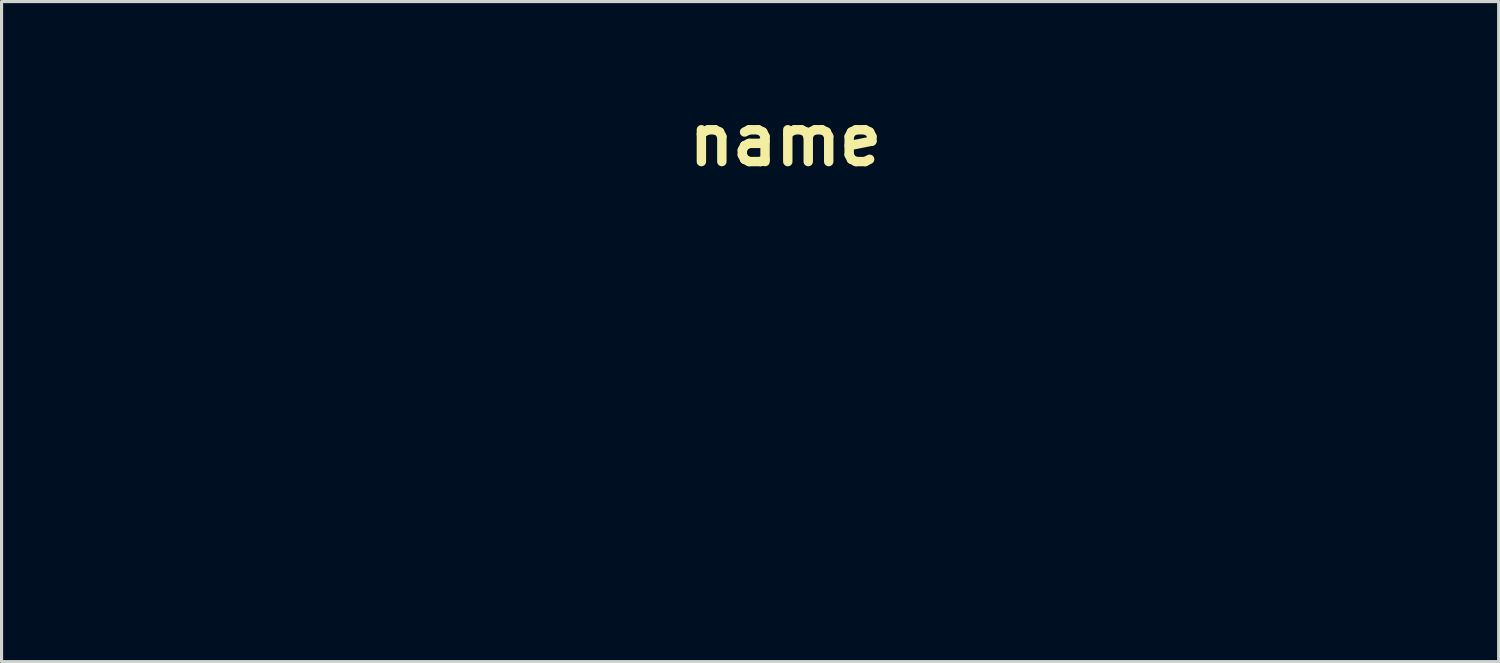
<source format=kicad_pcb>
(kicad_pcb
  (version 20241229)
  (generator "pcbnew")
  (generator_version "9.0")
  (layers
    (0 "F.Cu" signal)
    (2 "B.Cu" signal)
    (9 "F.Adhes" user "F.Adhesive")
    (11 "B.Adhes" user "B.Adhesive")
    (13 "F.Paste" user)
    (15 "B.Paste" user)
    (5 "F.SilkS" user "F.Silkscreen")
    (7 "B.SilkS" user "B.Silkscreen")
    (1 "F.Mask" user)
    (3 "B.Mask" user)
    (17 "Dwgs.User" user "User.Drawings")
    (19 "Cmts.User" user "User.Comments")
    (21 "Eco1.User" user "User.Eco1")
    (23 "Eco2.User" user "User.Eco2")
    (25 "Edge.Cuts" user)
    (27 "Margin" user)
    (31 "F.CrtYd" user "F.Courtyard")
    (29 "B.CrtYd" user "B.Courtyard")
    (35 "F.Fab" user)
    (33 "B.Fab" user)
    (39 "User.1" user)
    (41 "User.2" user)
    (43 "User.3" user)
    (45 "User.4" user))
  (footprint "name"
    (layer "F.Cu")
    (at 22.15 10.435)
    (property "Reference" "name" (at -0.127 -9.017 0) (layer "F.SilkS") (effects (font (size 1.524 1.524) (thickness 0.3))))
    (attr board_only exclude_from_pos_files exclude_from_bom)
    (fp_poly (pts (xy 14.877 -5.207) (xy 15.383 -4.904) (xy 15.462 -4.848) (xy 15.941 -4.429) (xy 16.093 -4.07) (xy 16.091 -4.035) (xy 15.955 -3.71) (xy 15.692 -3.68) (xy 15.332 -3.935) (xy 14.968 -4.376) (xy 14.666 -4.818) (xy 14.465 -5.137) (xy 14.416 -5.239) (xy 14.539 -5.325)) (stroke (width 0) (type solid)) (fill yes) (layer "F.Mask"))
    (fp_poly (pts (xy 16.348 -2.14) (xy 16.783 -1.901) (xy 17.328 -1.569) (xy 17.9 -1.198) (xy 18.418 -0.84) (xy 18.797 -0.549) (xy 18.953 -0.386) (xy 18.976 -0.086) (xy 18.883 0.21) (xy 18.731 0.332) (xy 18.563 0.221) (xy 18.198 -0.067) (xy 17.697 -0.484) (xy 17.334 -0.796) (xy 16.651 -1.4) (xy 16.216 -1.819) (xy 16.006 -2.079) (xy 15.998 -2.207) (xy 16.105 -2.231)) (stroke (width 0) (type solid)) (fill yes) (layer "F.Mask"))
    (fp_poly (pts (xy 14.802 -2.001) (xy 14.841 -1.901) (xy 14.826 -1.642) (xy 14.606 -1.3) (xy 14.145 -0.823) (xy 14.075 -0.757) (xy 13.21 0.016) (xy 12.54 0.532) (xy 12.047 0.805) (xy 11.802 0.858) (xy 11.732 0.773) (xy 11.912 0.509) (xy 12.351 0.054) (xy 12.619 -0.202) (xy 13.162 -0.737) (xy 13.628 -1.247) (xy 13.942 -1.646) (xy 14.003 -1.746) (xy 14.29 -2.123) (xy 14.577 -2.212)) (stroke (width 0) (type solid)) (fill yes) (layer "F.Mask"))
    (fp_poly (pts (xy 12.547 -3.802) (xy 12.669 -3.475) (xy 12.835 -3.156) (xy 13.092 -3.089) (xy 13.624 -3.106) (xy 14.338 -3.15) (xy 15.162 -3.216) (xy 16.024 -3.296) (xy 16.852 -3.382) (xy 17.574 -3.468) (xy 18.118 -3.546) (xy 18.412 -3.609) (xy 18.441 -3.623) (xy 18.789 -3.76) (xy 19.224 -3.739) (xy 19.497 -3.603) (xy 19.491 -3.376) (xy 19.21 -2.955) (xy 18.878 -2.573) (xy 18.37 -2.064) (xy 18.006 -1.779) (xy 17.807 -1.725) (xy 17.797 -1.913) (xy 17.93 -2.223) (xy 18.11 -2.603) (xy 18.191 -2.84) (xy 18.192 -2.848) (xy 18.03 -2.885) (xy 17.582 -2.892) (xy 16.902 -2.872) (xy 16.045 -2.826) (xy 15.066 -2.759) (xy 14.02 -2.671) (xy 13.622 -2.633) (xy 13.042 -2.568) (xy 12.709 -2.477) (xy 12.529 -2.301) (xy 12.406 -1.982) (xy 12.371 -1.866) (xy 12.158 -1.411) (xy 11.904 -1.207) (xy 11.665 -1.285) (xy 11.556 -1.47) (xy 11.554 -1.815) (xy 11.674 -2.152) (xy 11.852 -2.606) (xy 11.991 -3.161) (xy 12 -3.213) (xy 12.142 -3.651) (xy 12.348 -3.857)) (stroke (width 0) (type solid)) (fill yes) (layer "F.Mask"))
    (fp_poly (pts (xy 17.678 0.275) (xy 17.93 0.404) (xy 18.067 0.531) (xy 18.026 0.617) (xy 17.755 0.684) (xy 17.205 0.75) (xy 17.024 0.769) (xy 15.789 0.893) (xy 15.789 3.473) (xy 17.558 3.353) (xy 18.379 3.305) (xy 18.927 3.297) (xy 19.268 3.335) (xy 19.47 3.424) (xy 19.553 3.504) (xy 19.638 3.647) (xy 19.557 3.729) (xy 19.253 3.766) (xy 18.668 3.776) (xy 18.599 3.776) (xy 17.986 3.789) (xy 17.164 3.825) (xy 16.213 3.878) (xy 15.214 3.943) (xy 14.247 4.013) (xy 13.391 4.085) (xy 12.725 4.151) (xy 12.357 4.202) (xy 11.902 4.176) (xy 11.615 4.045) (xy 11.515 3.939) (xy 11.568 3.861) (xy 11.821 3.8) (xy 12.32 3.746) (xy 13.112 3.689) (xy 13.203 3.683) (xy 15.103 3.56) (xy 15.103 0.996) (xy 14.116 1.103) (xy 13.524 1.135) (xy 13.059 1.101) (xy 12.876 1.043) (xy 12.755 0.943) (xy 12.763 0.862) (xy 12.941 0.792) (xy 13.33 0.724) (xy 13.971 0.648) (xy 14.904 0.554) (xy 15.135 0.532) (xy 15.946 0.449) (xy 16.641 0.368) (xy 17.144 0.298) (xy 17.371 0.252)) (stroke (width 0) (type solid)) (fill yes) (layer "F.Mask"))
    (fp_poly (pts (xy 2.557 -4.838) (xy 2.645 -4.696) (xy 2.731 -4.573) (xy 2.914 -4.502) (xy 3.257 -4.476) (xy 3.822 -4.492) (xy 4.593 -4.539) (xy 5.355 -4.605) (xy 5.984 -4.687) (xy 6.405 -4.773) (xy 6.541 -4.837) (xy 6.777 -4.952) (xy 6.971 -4.944) (xy 7.122 -4.905) (xy 7.211 -4.819) (xy 7.241 -4.624) (xy 7.213 -4.257) (xy 7.13 -3.655) (xy 7.047 -3.097) (xy 6.969 -2.353) (xy 6.999 -1.895) (xy 7.048 -1.788) (xy 7.046 -1.672) (xy 6.795 -1.579) (xy 6.257 -1.499) (xy 5.917 -1.464) (xy 5.252 -1.389) (xy 4.882 -1.31) (xy 4.761 -1.211) (xy 4.798 -1.125) (xy 4.894 -0.807) (xy 4.865 -0.343) (xy 4.865 -0.342) (xy 4.752 0.224) (xy 6.041 0.107) (xy 6.738 0.058) (xy 7.176 0.071) (xy 7.434 0.152) (xy 7.547 0.253) (xy 7.643 0.42) (xy 7.518 0.496) (xy 7.113 0.515) (xy 7.081 0.515) (xy 6.459 0.54) (xy 5.765 0.603) (xy 5.602 0.624) (xy 5.118 0.707) (xy 4.885 0.831) (xy 4.811 1.07) (xy 4.805 1.282) (xy 4.805 1.831) (xy 5.87 1.685) (xy 6.5 1.618) (xy 6.89 1.636) (xy 7.134 1.746) (xy 7.194 1.8) (xy 7.334 1.979) (xy 7.222 2.049) (xy 6.926 2.059) (xy 6.419 2.084) (xy 5.794 2.144) (xy 5.602 2.169) (xy 4.805 2.278) (xy 4.805 3.655) (xy 6.565 3.547) (xy 7.444 3.507) (xy 8.043 3.515) (xy 8.424 3.574) (xy 8.625 3.67) (xy 8.684 3.75) (xy 8.607 3.814) (xy 8.354 3.866) (xy 7.89 3.91) (xy 7.179 3.95) (xy 6.182 3.991) (xy 5.45 4.016) (xy 4.343 4.056) (xy 3.312 4.098) (xy 2.419 4.14) (xy 1.732 4.178) (xy 1.315 4.21) (xy 1.287 4.213) (xy 0.716 4.213) (xy 0.278 4.09) (xy 0.257 4.078) (xy 0.157 3.985) (xy 0.227 3.915) (xy 0.509 3.863) (xy 1.045 3.82) (xy 1.879 3.78) (xy 1.974 3.776) (xy 4.033 3.69) (xy 4.086 3.055) (xy 4.139 2.42) (xy 3.155 2.369) (xy 2.489 2.293) (xy 2.13 2.175) (xy 2.086 2.047) (xy 2.359 1.94) (xy 2.958 1.889) (xy 3.075 1.888) (xy 4.119 1.888) (xy 4.119 1.33) (xy 4.12 0.772) (xy 3.112 0.829) (xy 2.528 0.879) (xy 2.159 0.987) (xy 1.878 1.215) (xy 1.61 1.555) (xy 1.258 1.95) (xy 0.927 2.192) (xy 0.805 2.227) (xy 0.598 2.154) (xy 0.605 2.053) (xy 0.753 1.822) (xy 1.026 1.404) (xy 1.294 0.996) (xy 1.62 0.448) (xy 2.42 0.448) (xy 2.441 0.524) (xy 2.632 0.464) (xy 3.021 0.379) (xy 3.524 0.343) (xy 3.532 0.343) (xy 4.119 0.343) (xy 4.119 -1.416) (xy 3.578 -1.308) (xy 2.982 -1.118) (xy 2.698 -0.855) (xy 2.731 -0.549) (xy 2.754 -0.16) (xy 2.6 0.153) (xy 2.42 0.448) (xy 1.62 0.448) (xy 1.627 0.436) (xy 1.883 -0.089) (xy 1.98 -0.371) (xy 2.11 -0.719) (xy 2.266 -0.858) (xy 2.351 -0.951) (xy 2.28 -1.073) (xy 2.209 -1.325) (xy 2.166 -1.675) (xy 2.746 -1.675) (xy 4.419 -1.799) (xy 5.133 -1.854) (xy 5.701 -1.902) (xy 6.049 -1.937) (xy 6.122 -1.949) (xy 6.179 -2.114) (xy 6.273 -2.462) (xy 6.395 -2.95) (xy 5.214 -2.839) (xy 4.25 -2.746) (xy 3.577 -2.666) (xy 3.141 -2.585) (xy 2.892 -2.486) (xy 2.778 -2.355) (xy 2.747 -2.177) (xy 2.746 -2.11) (xy 2.746 -1.675) (xy 2.166 -1.675) (xy 2.146 -1.839) (xy 2.099 -2.534) (xy 2.079 -3.132) (xy 2.076 -3.51) (xy 2.746 -3.51) (xy 2.757 -3.327) (xy 2.83 -3.21) (xy 3.026 -3.147) (xy 3.407 -3.123) (xy 4.034 -3.127) (xy 4.547 -3.137) (xy 6.348 -3.175) (xy 6.349 -3.716) (xy 6.327 -4.068) (xy 6.191 -4.206) (xy 5.841 -4.205) (xy 5.706 -4.192) (xy 5.188 -4.142) (xy 4.495 -4.077) (xy 3.904 -4.023) (xy 3.289 -3.959) (xy 2.942 -3.882) (xy 2.786 -3.76) (xy 2.746 -3.557) (xy 2.746 -3.51) (xy 2.076 -3.51) (xy 2.071 -3.969) (xy 2.089 -4.518) (xy 2.14 -4.831) (xy 2.228 -4.962) (xy 2.291 -4.977)) (stroke (width 0) (type solid)) (fill yes) (layer "F.Mask"))
    (fp_poly (pts (xy -18.497 -5.146) (xy -18.091 -5.089) (xy -17.821 -4.872) (xy -17.614 -4.421) (xy -17.533 -4.162) (xy -17.388 -3.722) (xy -17.268 -3.463) (xy -17.236 -3.432) (xy -17.041 -3.483) (xy -16.618 -3.615) (xy -16.122 -3.779) (xy -15.469 -3.971) (xy -15.037 -4.02) (xy -14.755 -3.945) (xy -14.488 -3.778) (xy -14.416 -3.701) (xy -14.568 -3.631) (xy -14.958 -3.516) (xy -15.317 -3.425) (xy -16.084 -3.237) (xy -16.566 -3.088) (xy -16.815 -2.945) (xy -16.881 -2.777) (xy -16.815 -2.551) (xy -16.79 -2.493) (xy -16.597 -2.168) (xy -16.382 -2.095) (xy -16.075 -2.282) (xy -15.753 -2.584) (xy -15.381 -2.887) (xy -15.071 -3.024) (xy -14.994 -3.018) (xy -14.79 -2.794) (xy -14.79 -2.468) (xy -14.981 -2.2) (xy -15.08 -2.152) (xy -15.451 -1.945) (xy -15.686 -1.735) (xy -15.867 -1.49) (xy -15.794 -1.317) (xy -15.58 -1.164) (xy -15.125 -0.916) (xy -14.802 -0.785) (xy -14.557 -0.739) (xy -14.446 -0.859) (xy -14.417 -1.224) (xy -14.416 -1.361) (xy -14.368 -1.873) (xy -14.24 -2.072) (xy -14.061 -1.97) (xy -13.857 -1.582) (xy -13.679 -1.008) (xy -13.414 0.043) (xy -14.171 -0.061) (xy -14.777 -0.205) (xy -15.468 -0.454) (xy -15.798 -0.605) (xy -16.667 -1.045) (xy -17.73 -0.625) (xy -18.332 -0.398) (xy -18.846 -0.222) (xy -19.134 -0.143) (xy -19.441 0.038) (xy -19.533 0.216) (xy -19.49 0.393) (xy -19.258 0.491) (xy -18.803 0.511) (xy -18.092 0.453) (xy -17.093 0.318) (xy -16.603 0.242) (xy -15.816 0.122) (xy -15.295 0.062) (xy -14.968 0.063) (xy -14.765 0.124) (xy -14.615 0.242) (xy -14.467 0.424) (xy -14.557 0.504) (xy -14.936 0.527) (xy -14.937 0.527) (xy -15.303 0.562) (xy -15.685 0.638) (xy -15.994 0.727) (xy -16.14 0.806) (xy -16.047 0.846) (xy -15.964 1.013) (xy -15.905 1.462) (xy -15.877 2.129) (xy -15.875 2.36) (xy -15.875 3.861) (xy -15.219 3.915) (xy -14.601 3.883) (xy -14.235 3.636) (xy -14.083 3.139) (xy -14.073 2.897) (xy -14.007 2.405) (xy -13.851 2.223) (xy -13.666 2.354) (xy -13.513 2.799) (xy -13.5 2.875) (xy -13.395 3.507) (xy -13.365 3.901) (xy -13.467 4.116) (xy -13.758 4.209) (xy -14.293 4.24) (xy -14.842 4.255) (xy -15.696 4.266) (xy -16.26 4.201) (xy -16.587 4.017) (xy -16.729 3.668) (xy -16.738 3.11) (xy -16.702 2.657) (xy -16.658 1.77) (xy -16.716 1.152) (xy -16.869 0.826) (xy -17.077 0.796) (xy -17.254 0.952) (xy -17.245 1.035) (xy -17.27 1.264) (xy -17.442 1.682) (xy -17.709 2.198) (xy -18.025 2.719) (xy -18.338 3.151) (xy -18.414 3.239) (xy -18.896 3.677) (xy -19.489 4.094) (xy -20.088 4.428) (xy -20.586 4.615) (xy -20.738 4.634) (xy -20.92 4.606) (xy -20.886 4.499) (xy -20.608 4.278) (xy -20.224 4.019) (xy -19.493 3.429) (xy -18.839 2.703) (xy -18.341 1.944) (xy -18.097 1.331) (xy -18.045 1.008) (xy -18.167 0.914) (xy -18.496 0.962) (xy -18.912 0.98) (xy -19.125 0.875) (xy -19.323 0.687) (xy -19.473 0.832) (xy -19.571 1.306) (xy -19.599 1.672) (xy -19.653 2.259) (xy -19.753 2.58) (xy -19.924 2.708) (xy -19.951 2.714) (xy -20.197 2.651) (xy -20.251 2.415) (xy -20.284 2.153) (xy -20.443 2.076) (xy -20.822 2.148) (xy -20.895 2.168) (xy -21.21 2.379) (xy -21.281 2.594) (xy -21.385 2.862) (xy -21.517 2.918) (xy -21.739 2.88) (xy -21.904 2.741) (xy -22.02 2.457) (xy -22.095 1.987) (xy -22.136 1.29) (xy -22.136 1.261) (xy -21.433 1.261) (xy -21.37 1.595) (xy -21.182 1.707) (xy -20.82 1.655) (xy -20.637 1.608) (xy -20.42 1.513) (xy -20.304 1.318) (xy -20.258 0.935) (xy -20.251 0.484) (xy -20.251 -0.537) (xy -20.809 -0.483) (xy -21.114 -0.44) (xy -21.285 -0.332) (xy -21.368 -0.074) (xy -21.407 0.415) (xy -21.418 0.644) (xy -21.433 1.261) (xy -22.136 1.261) (xy -22.15 0.324) (xy -22.147 -0.628) (xy -22.135 -1.616) (xy -22.13 -1.809) (xy -21.453 -1.809) (xy -21.435 -1.344) (xy -21.391 -1.047) (xy -21.372 -1.006) (xy -21.165 -0.971) (xy -20.76 -0.988) (xy -20.686 -0.997) (xy -20.324 -1.055) (xy -20.146 -1.185) (xy -20.086 -1.482) (xy -20.084 -1.63) (xy -19.393 -1.63) (xy -19.37 -1.062) (xy -19.308 -0.661) (xy -19.225 -0.515) (xy -18.992 -0.586) (xy -18.556 -0.77) (xy -18.11 -0.98) (xy -17.613 -1.245) (xy -17.269 -1.468) (xy -17.162 -1.586) (xy -17.246 -1.819) (xy -17.447 -2.183) (xy -17.453 -2.194) (xy -17.663 -2.53) (xy -17.773 -2.707) (xy -17.775 -2.709) (xy -17.932 -2.683) (xy -18.26 -2.551) (xy -18.648 -2.431) (xy -18.897 -2.526) (xy -18.917 -2.545) (xy -19.15 -2.718) (xy -19.296 -2.652) (xy -19.371 -2.312) (xy -19.393 -1.666) (xy -19.393 -1.63) (xy -20.084 -1.63) (xy -20.08 -1.907) (xy -20.095 -2.427) (xy -20.193 -2.674) (xy -20.454 -2.718) (xy -20.916 -2.639) (xy -21.256 -2.54) (xy -21.41 -2.354) (xy -21.452 -1.967) (xy -21.453 -1.809) (xy -22.13 -1.809) (xy -22.114 -2.481) (xy -22.088 -3.166) (xy -22.057 -3.614) (xy -22.028 -3.768) (xy -21.875 -3.714) (xy -21.67 -3.475) (xy -21.332 -3.167) (xy -20.872 -3.118) (xy -20.238 -3.325) (xy -20.147 -3.367) (xy -19.712 -3.534) (xy -19.434 -3.515) (xy -19.308 -3.433) (xy -19.139 -3.192) (xy -19.148 -3.07) (xy -19.135 -2.934) (xy -18.846 -2.959) (xy -18.457 -3.086) (xy -18.144 -3.267) (xy -18.087 -3.551) (xy -18.119 -3.73) (xy -18.3 -4.22) (xy -18.557 -4.677) (xy -18.889 -5.149)) (stroke (width 0) (type solid)) (fill yes) (layer "F.Mask"))
    (fp_poly (pts (xy -7.342 -5.146) (xy -6.935 -5.089) (xy -6.665 -4.872) (xy -6.458 -4.421) (xy -6.378 -4.162) (xy -6.232 -3.722) (xy -6.113 -3.463) (xy -6.08 -3.432) (xy -5.886 -3.483) (xy -5.463 -3.615) (xy -4.967 -3.779) (xy -4.314 -3.971) (xy -3.882 -4.02) (xy -3.599 -3.945) (xy -3.333 -3.778) (xy -3.261 -3.701) (xy -3.412 -3.631) (xy -3.802 -3.516) (xy -4.162 -3.425) (xy -4.929 -3.237) (xy -5.411 -3.088) (xy -5.66 -2.945) (xy -5.726 -2.777) (xy -5.66 -2.551) (xy -5.634 -2.493) (xy -5.442 -2.168) (xy -5.226 -2.095) (xy -4.919 -2.282) (xy -4.598 -2.584) (xy -4.226 -2.887) (xy -3.916 -3.024) (xy -3.839 -3.018) (xy -3.634 -2.794) (xy -3.635 -2.468) (xy -3.826 -2.2) (xy -3.925 -2.152) (xy -4.295 -1.945) (xy -4.531 -1.735) (xy -4.711 -1.49) (xy -4.639 -1.317) (xy -4.425 -1.164) (xy -3.97 -0.916) (xy -3.647 -0.785) (xy -3.402 -0.739) (xy -3.291 -0.859) (xy -3.261 -1.224) (xy -3.261 -1.361) (xy -3.212 -1.873) (xy -3.085 -2.072) (xy -2.905 -1.97) (xy -2.702 -1.582) (xy -2.523 -1.008) (xy -2.259 0.043) (xy -3.016 -0.061) (xy -3.622 -0.205) (xy -4.313 -0.454) (xy -4.643 -0.605) (xy -5.511 -1.045) (xy -6.574 -0.625) (xy -7.176 -0.398) (xy -7.691 -0.222) (xy -7.978 -0.143) (xy -8.286 0.038) (xy -8.377 0.216) (xy -8.335 0.393) (xy -8.102 0.491) (xy -7.647 0.511) (xy -6.937 0.453) (xy -5.938 0.318) (xy -5.448 0.242) (xy -4.661 0.122) (xy -4.139 0.062) (xy -3.813 0.063) (xy -3.609 0.124) (xy -3.46 0.242) (xy -3.312 0.424) (xy -3.401 0.504) (xy -3.78 0.527) (xy -3.782 0.527) (xy -4.147 0.562) (xy -4.529 0.638) (xy -4.839 0.727) (xy -4.985 0.806) (xy -4.891 0.846) (xy -4.809 1.013) (xy -4.75 1.462) (xy -4.721 2.129) (xy -4.72 2.36) (xy -4.72 3.861) (xy -4.064 3.915) (xy -3.445 3.883) (xy -3.08 3.636) (xy -2.928 3.139) (xy -2.918 2.897) (xy -2.852 2.405) (xy -2.695 2.223) (xy -2.51 2.354) (xy -2.358 2.799) (xy -2.345 2.875) (xy -2.24 3.507) (xy -2.21 3.901) (xy -2.312 4.116) (xy -2.602 4.209) (xy -3.138 4.24) (xy -3.687 4.255) (xy -4.541 4.266) (xy -5.105 4.201) (xy -5.431 4.017) (xy -5.573 3.668) (xy -5.582 3.11) (xy -5.546 2.657) (xy -5.503 1.77) (xy -5.56 1.152) (xy -5.714 0.826) (xy -5.922 0.796) (xy -6.099 0.952) (xy -6.089 1.035) (xy -6.115 1.264) (xy -6.286 1.682) (xy -6.554 2.198) (xy -6.869 2.719) (xy -7.183 3.151) (xy -7.259 3.239) (xy -7.74 3.677) (xy -8.333 4.094) (xy -8.932 4.428) (xy -9.431 4.615) (xy -9.583 4.634) (xy -9.764 4.606) (xy -9.73 4.499) (xy -9.452 4.278) (xy -9.068 4.019) (xy -8.337 3.429) (xy -7.683 2.703) (xy -7.186 1.944) (xy -6.941 1.331) (xy -6.889 1.008) (xy -7.011 0.914) (xy -7.34 0.962) (xy -7.756 0.98) (xy -7.97 0.875) (xy -8.168 0.687) (xy -8.318 0.832) (xy -8.415 1.306) (xy -8.444 1.672) (xy -8.497 2.259) (xy -8.597 2.58) (xy -8.768 2.708) (xy -8.796 2.714) (xy -9.041 2.651) (xy -9.096 2.415) (xy -9.128 2.153) (xy -9.288 2.076) (xy -9.667 2.148) (xy -9.74 2.168) (xy -10.055 2.379) (xy -10.126 2.594) (xy -10.23 2.862) (xy -10.362 2.918) (xy -10.584 2.88) (xy -10.749 2.741) (xy -10.865 2.457) (xy -10.94 1.987) (xy -10.98 1.29) (xy -10.981 1.261) (xy -10.277 1.261) (xy -10.215 1.595) (xy -10.027 1.707) (xy -9.665 1.655) (xy -9.482 1.608) (xy -9.265 1.513) (xy -9.149 1.318) (xy -9.103 0.935) (xy -9.096 0.484) (xy -9.096 -0.537) (xy -9.654 -0.483) (xy -9.958 -0.44) (xy -10.129 -0.332) (xy -10.212 -0.074) (xy -10.251 0.415) (xy -10.263 0.644) (xy -10.277 1.261) (xy -10.981 1.261) (xy -10.994 0.324) (xy -10.992 -0.628) (xy -10.98 -1.616) (xy -10.975 -1.809) (xy -10.297 -1.809) (xy -10.28 -1.344) (xy -10.236 -1.047) (xy -10.217 -1.006) (xy -10.009 -0.971) (xy -9.605 -0.988) (xy -9.53 -0.997) (xy -9.169 -1.055) (xy -8.99 -1.185) (xy -8.93 -1.482) (xy -8.928 -1.63) (xy -8.238 -1.63) (xy -8.214 -1.062) (xy -8.153 -0.661) (xy -8.07 -0.515) (xy -7.837 -0.586) (xy -7.4 -0.77) (xy -6.954 -0.98) (xy -6.457 -1.245) (xy -6.114 -1.468) (xy -6.007 -1.586) (xy -6.09 -1.819) (xy -6.291 -2.183) (xy -6.298 -2.194) (xy -6.508 -2.53) (xy -6.618 -2.707) (xy -6.619 -2.709) (xy -6.776 -2.683) (xy -7.105 -2.551) (xy -7.493 -2.431) (xy -7.742 -2.526) (xy -7.762 -2.545) (xy -7.995 -2.718) (xy -8.14 -2.652) (xy -8.216 -2.312) (xy -8.238 -1.666) (xy -8.238 -1.63) (xy -8.928 -1.63) (xy -8.924 -1.907) (xy -8.939 -2.427) (xy -9.037 -2.674) (xy -9.299 -2.718) (xy -9.761 -2.639) (xy -10.101 -2.54) (xy -10.255 -2.354) (xy -10.296 -1.967) (xy -10.297 -1.809) (xy -10.975 -1.809) (xy -10.959 -2.481) (xy -10.932 -3.166) (xy -10.901 -3.614) (xy -10.873 -3.768) (xy -10.72 -3.714) (xy -10.515 -3.475) (xy -10.177 -3.167) (xy -9.717 -3.118) (xy -9.083 -3.325) (xy -8.992 -3.367) (xy -8.557 -3.534) (xy -8.278 -3.515) (xy -8.153 -3.433) (xy -7.984 -3.192) (xy -7.992 -3.07) (xy -7.979 -2.934) (xy -7.691 -2.959) (xy -7.301 -3.086) (xy -6.988 -3.267) (xy -6.931 -3.551) (xy -6.964 -3.73) (xy -7.144 -4.22) (xy -7.402 -4.677) (xy -7.733 -5.149)) (stroke (width 0) (type solid)) (fill yes) (layer "F.Mask")))
  (gr_rect
    (start -3 -3)
    (end 44.787 18.069)
    (stroke (width 0.1) (type default))
    (fill no)
    (layer "Edge.Cuts")))
</source>
